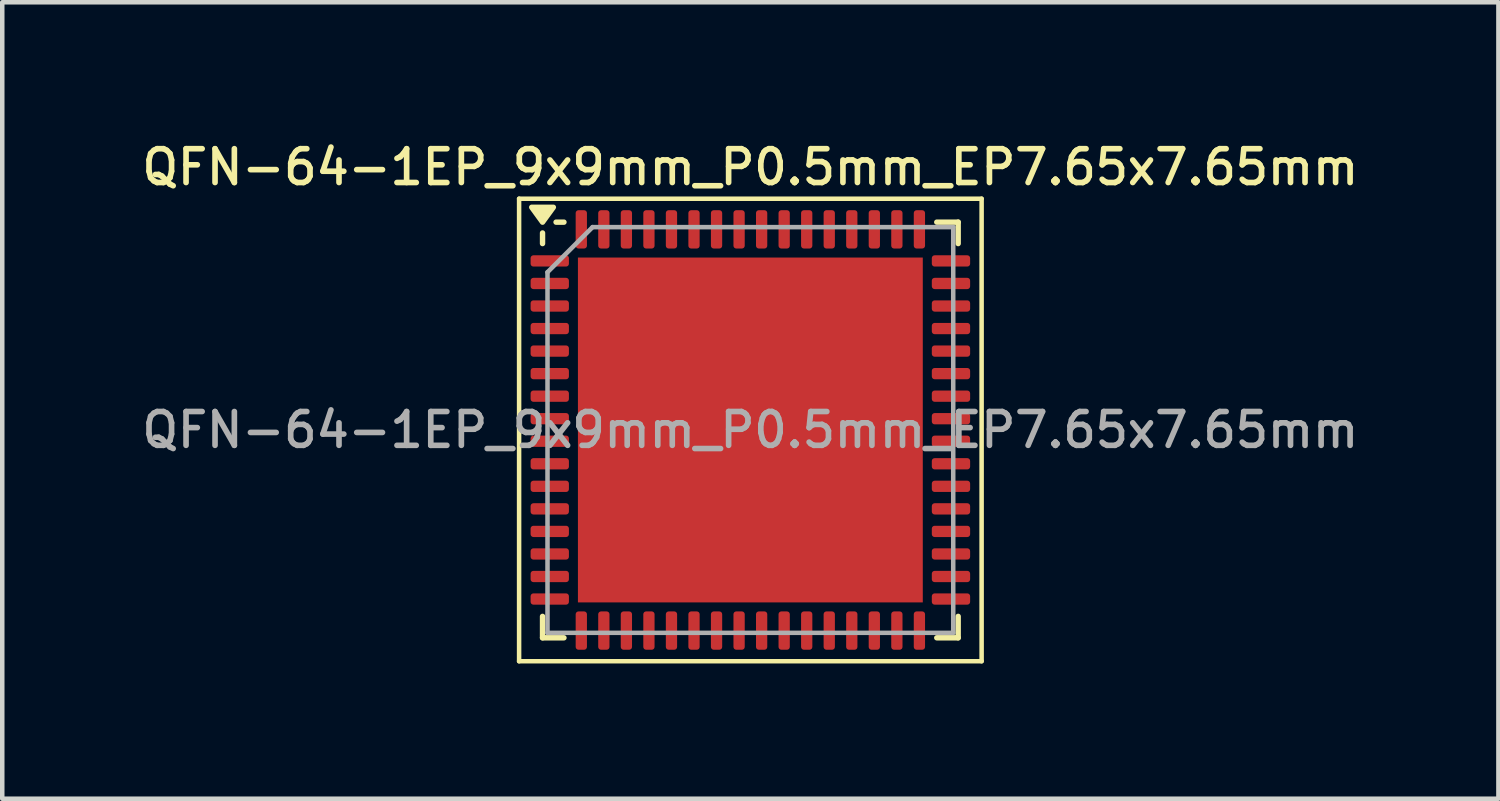
<source format=kicad_pcb>
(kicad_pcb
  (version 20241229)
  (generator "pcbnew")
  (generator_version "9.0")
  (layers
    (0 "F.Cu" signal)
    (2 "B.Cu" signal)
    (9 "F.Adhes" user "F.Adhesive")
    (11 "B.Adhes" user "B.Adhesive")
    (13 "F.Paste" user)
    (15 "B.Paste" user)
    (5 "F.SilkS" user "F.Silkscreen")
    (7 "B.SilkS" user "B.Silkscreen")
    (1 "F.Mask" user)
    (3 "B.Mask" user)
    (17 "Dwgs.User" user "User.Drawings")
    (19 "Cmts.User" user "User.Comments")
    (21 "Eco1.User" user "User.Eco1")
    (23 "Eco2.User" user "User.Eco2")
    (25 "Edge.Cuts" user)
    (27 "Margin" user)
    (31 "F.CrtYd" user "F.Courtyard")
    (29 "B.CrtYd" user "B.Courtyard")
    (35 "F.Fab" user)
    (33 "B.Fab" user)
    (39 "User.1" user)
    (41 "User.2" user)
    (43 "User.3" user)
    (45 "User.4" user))
  (footprint "QFN-64-1EP_9x9mm_P0.5mm_EP7.65x7.65mm"
    (layer "F.Cu")
    (at 13.595 6.488)
    (property "Reference" "QFN-64-1EP_9x9mm_P0.5mm_EP7.65x7.65mm" (at 0 -5.83 0) (layer "F.SilkS") (effects (font (size 0.75 0.75) (thickness 0.125))))
    (attr smd)
    (fp_line (start -5.13 -5.13) (end -5.13 5.13) (stroke (width 0.1) (type solid)) (layer "F.SilkS"))
    (fp_line (start -5.13 5.13) (end 5.13 5.13) (stroke (width 0.1) (type solid)) (layer "F.SilkS"))
    (fp_line (start -4.61 -4.135) (end -4.61 -4.37) (stroke (width 0.12) (type solid)) (layer "F.SilkS"))
    (fp_line (start -4.61 4.61) (end -4.61 4.135) (stroke (width 0.12) (type solid)) (layer "F.SilkS"))
    (fp_line (start -4.135 -4.61) (end -4.31 -4.61) (stroke (width 0.12) (type solid)) (layer "F.SilkS"))
    (fp_line (start -4.135 4.61) (end -4.61 4.61) (stroke (width 0.12) (type solid)) (layer "F.SilkS"))
    (fp_line (start 4.135 -4.61) (end 4.61 -4.61) (stroke (width 0.12) (type solid)) (layer "F.SilkS"))
    (fp_line (start 4.135 4.61) (end 4.61 4.61) (stroke (width 0.12) (type solid)) (layer "F.SilkS"))
    (fp_line (start 4.61 -4.61) (end 4.61 -4.135) (stroke (width 0.12) (type solid)) (layer "F.SilkS"))
    (fp_line (start 4.61 4.61) (end 4.61 4.135) (stroke (width 0.12) (type solid)) (layer "F.SilkS"))
    (fp_line (start 5.13 -5.13) (end -5.13 -5.13) (stroke (width 0.1) (type solid)) (layer "F.SilkS"))
    (fp_line (start 5.13 5.13) (end 5.13 -5.13) (stroke (width 0.1) (type solid)) (layer "F.SilkS"))
    (fp_poly (pts (xy -4.61 -4.61) (xy -4.85 -4.94) (xy -4.37 -4.94) (xy -4.61 -4.61)) (stroke (width 0.12) (type solid)) (fill yes) (layer "F.SilkS"))
    (fp_line (start -4.5 -3.5) (end -3.5 -4.5) (stroke (width 0.1) (type solid)) (layer "F.Fab"))
    (fp_line (start -4.5 4.5) (end -4.5 -3.5) (stroke (width 0.1) (type solid)) (layer "F.Fab"))
    (fp_line (start -3.5 -4.5) (end 4.5 -4.5) (stroke (width 0.1) (type solid)) (layer "F.Fab"))
    (fp_line (start 4.5 -4.5) (end 4.5 4.5) (stroke (width 0.1) (type solid)) (layer "F.Fab"))
    (fp_line (start 4.5 4.5) (end -4.5 4.5) (stroke (width 0.1) (type solid)) (layer "F.Fab"))
    (fp_text user "${REFERENCE}" (at 0 0 0) (layer "F.Fab") (effects (font (size 0.75 0.75) (thickness 0.125))))
    (pad "" smd roundrect (at -3.2 -3.2) (size 1.03 1.03) (layers "F.Paste") (roundrect_rratio 0.243))
    (pad "" smd roundrect (at -3.2 -1.92) (size 1.03 1.03) (layers "F.Paste") (roundrect_rratio 0.243))
    (pad "" smd roundrect (at -3.2 -0.64) (size 1.03 1.03) (layers "F.Paste") (roundrect_rratio 0.243))
    (pad "" smd roundrect (at -3.2 0.64) (size 1.03 1.03) (layers "F.Paste") (roundrect_rratio 0.243))
    (pad "" smd roundrect (at -3.2 1.92) (size 1.03 1.03) (layers "F.Paste") (roundrect_rratio 0.243))
    (pad "" smd roundrect (at -3.2 3.2) (size 1.03 1.03) (layers "F.Paste") (roundrect_rratio 0.243))
    (pad "" smd roundrect (at -1.92 -3.2) (size 1.03 1.03) (layers "F.Paste") (roundrect_rratio 0.243))
    (pad "" smd roundrect (at -1.92 -1.92) (size 1.03 1.03) (layers "F.Paste") (roundrect_rratio 0.243))
    (pad "" smd roundrect (at -1.92 -0.64) (size 1.03 1.03) (layers "F.Paste") (roundrect_rratio 0.243))
    (pad "" smd roundrect (at -1.92 0.64) (size 1.03 1.03) (layers "F.Paste") (roundrect_rratio 0.243))
    (pad "" smd roundrect (at -1.92 1.92) (size 1.03 1.03) (layers "F.Paste") (roundrect_rratio 0.243))
    (pad "" smd roundrect (at -1.92 3.2) (size 1.03 1.03) (layers "F.Paste") (roundrect_rratio 0.243))
    (pad "" smd roundrect (at -0.64 -3.2) (size 1.03 1.03) (layers "F.Paste") (roundrect_rratio 0.243))
    (pad "" smd roundrect (at -0.64 -1.92) (size 1.03 1.03) (layers "F.Paste") (roundrect_rratio 0.243))
    (pad "" smd roundrect (at -0.64 -0.64) (size 1.03 1.03) (layers "F.Paste") (roundrect_rratio 0.243))
    (pad "" smd roundrect (at -0.64 0.64) (size 1.03 1.03) (layers "F.Paste") (roundrect_rratio 0.243))
    (pad "" smd roundrect (at -0.64 1.92) (size 1.03 1.03) (layers "F.Paste") (roundrect_rratio 0.243))
    (pad "" smd roundrect (at -0.64 3.2) (size 1.03 1.03) (layers "F.Paste") (roundrect_rratio 0.243))
    (pad "" smd roundrect (at 0.64 -3.2) (size 1.03 1.03) (layers "F.Paste") (roundrect_rratio 0.243))
    (pad "" smd roundrect (at 0.64 -1.92) (size 1.03 1.03) (layers "F.Paste") (roundrect_rratio 0.243))
    (pad "" smd roundrect (at 0.64 -0.64) (size 1.03 1.03) (layers "F.Paste") (roundrect_rratio 0.243))
    (pad "" smd roundrect (at 0.64 0.64) (size 1.03 1.03) (layers "F.Paste") (roundrect_rratio 0.243))
    (pad "" smd roundrect (at 0.64 1.92) (size 1.03 1.03) (layers "F.Paste") (roundrect_rratio 0.243))
    (pad "" smd roundrect (at 0.64 3.2) (size 1.03 1.03) (layers "F.Paste") (roundrect_rratio 0.243))
    (pad "" smd roundrect (at 1.92 -3.2) (size 1.03 1.03) (layers "F.Paste") (roundrect_rratio 0.243))
    (pad "" smd roundrect (at 1.92 -1.92) (size 1.03 1.03) (layers "F.Paste") (roundrect_rratio 0.243))
    (pad "" smd roundrect (at 1.92 -0.64) (size 1.03 1.03) (layers "F.Paste") (roundrect_rratio 0.243))
    (pad "" smd roundrect (at 1.92 0.64) (size 1.03 1.03) (layers "F.Paste") (roundrect_rratio 0.243))
    (pad "" smd roundrect (at 1.92 1.92) (size 1.03 1.03) (layers "F.Paste") (roundrect_rratio 0.243))
    (pad "" smd roundrect (at 1.92 3.2) (size 1.03 1.03) (layers "F.Paste") (roundrect_rratio 0.243))
    (pad "" smd roundrect (at 3.2 -3.2) (size 1.03 1.03) (layers "F.Paste") (roundrect_rratio 0.243))
    (pad "" smd roundrect (at 3.2 -1.92) (size 1.03 1.03) (layers "F.Paste") (roundrect_rratio 0.243))
    (pad "" smd roundrect (at 3.2 -0.64) (size 1.03 1.03) (layers "F.Paste") (roundrect_rratio 0.243))
    (pad "" smd roundrect (at 3.2 0.64) (size 1.03 1.03) (layers "F.Paste") (roundrect_rratio 0.243))
    (pad "" smd roundrect (at 3.2 1.92) (size 1.03 1.03) (layers "F.Paste") (roundrect_rratio 0.243))
    (pad "" smd roundrect (at 3.2 3.2) (size 1.03 1.03) (layers "F.Paste") (roundrect_rratio 0.243))
    (pad "1" smd roundrect (at -4.45 -3.75) (size 0.85 0.25) (layers "F.Cu" "F.Mask" "F.Paste") (roundrect_rratio 0.25))
    (pad "2" smd roundrect (at -4.45 -3.25) (size 0.85 0.25) (layers "F.Cu" "F.Mask" "F.Paste") (roundrect_rratio 0.25))
    (pad "3" smd roundrect (at -4.45 -2.75) (size 0.85 0.25) (layers "F.Cu" "F.Mask" "F.Paste") (roundrect_rratio 0.25))
    (pad "4" smd roundrect (at -4.45 -2.25) (size 0.85 0.25) (layers "F.Cu" "F.Mask" "F.Paste") (roundrect_rratio 0.25))
    (pad "5" smd roundrect (at -4.45 -1.75) (size 0.85 0.25) (layers "F.Cu" "F.Mask" "F.Paste") (roundrect_rratio 0.25))
    (pad "6" smd roundrect (at -4.45 -1.25) (size 0.85 0.25) (layers "F.Cu" "F.Mask" "F.Paste") (roundrect_rratio 0.25))
    (pad "7" smd roundrect (at -4.45 -0.75) (size 0.85 0.25) (layers "F.Cu" "F.Mask" "F.Paste") (roundrect_rratio 0.25))
    (pad "8" smd roundrect (at -4.45 -0.25) (size 0.85 0.25) (layers "F.Cu" "F.Mask" "F.Paste") (roundrect_rratio 0.25))
    (pad "9" smd roundrect (at -4.45 0.25) (size 0.85 0.25) (layers "F.Cu" "F.Mask" "F.Paste") (roundrect_rratio 0.25))
    (pad "10" smd roundrect (at -4.45 0.75) (size 0.85 0.25) (layers "F.Cu" "F.Mask" "F.Paste") (roundrect_rratio 0.25))
    (pad "11" smd roundrect (at -4.45 1.25) (size 0.85 0.25) (layers "F.Cu" "F.Mask" "F.Paste") (roundrect_rratio 0.25))
    (pad "12" smd roundrect (at -4.45 1.75) (size 0.85 0.25) (layers "F.Cu" "F.Mask" "F.Paste") (roundrect_rratio 0.25))
    (pad "13" smd roundrect (at -4.45 2.25) (size 0.85 0.25) (layers "F.Cu" "F.Mask" "F.Paste") (roundrect_rratio 0.25))
    (pad "14" smd roundrect (at -4.45 2.75) (size 0.85 0.25) (layers "F.Cu" "F.Mask" "F.Paste") (roundrect_rratio 0.25))
    (pad "15" smd roundrect (at -4.45 3.25) (size 0.85 0.25) (layers "F.Cu" "F.Mask" "F.Paste") (roundrect_rratio 0.25))
    (pad "16" smd roundrect (at -4.45 3.75) (size 0.85 0.25) (layers "F.Cu" "F.Mask" "F.Paste") (roundrect_rratio 0.25))
    (pad "17" smd roundrect (at -3.75 4.45) (size 0.25 0.85) (layers "F.Cu" "F.Mask" "F.Paste") (roundrect_rratio 0.25))
    (pad "18" smd roundrect (at -3.25 4.45) (size 0.25 0.85) (layers "F.Cu" "F.Mask" "F.Paste") (roundrect_rratio 0.25))
    (pad "19" smd roundrect (at -2.75 4.45) (size 0.25 0.85) (layers "F.Cu" "F.Mask" "F.Paste") (roundrect_rratio 0.25))
    (pad "20" smd roundrect (at -2.25 4.45) (size 0.25 0.85) (layers "F.Cu" "F.Mask" "F.Paste") (roundrect_rratio 0.25))
    (pad "21" smd roundrect (at -1.75 4.45) (size 0.25 0.85) (layers "F.Cu" "F.Mask" "F.Paste") (roundrect_rratio 0.25))
    (pad "22" smd roundrect (at -1.25 4.45) (size 0.25 0.85) (layers "F.Cu" "F.Mask" "F.Paste") (roundrect_rratio 0.25))
    (pad "23" smd roundrect (at -0.75 4.45) (size 0.25 0.85) (layers "F.Cu" "F.Mask" "F.Paste") (roundrect_rratio 0.25))
    (pad "24" smd roundrect (at -0.25 4.45) (size 0.25 0.85) (layers "F.Cu" "F.Mask" "F.Paste") (roundrect_rratio 0.25))
    (pad "25" smd roundrect (at 0.25 4.45) (size 0.25 0.85) (layers "F.Cu" "F.Mask" "F.Paste") (roundrect_rratio 0.25))
    (pad "26" smd roundrect (at 0.75 4.45) (size 0.25 0.85) (layers "F.Cu" "F.Mask" "F.Paste") (roundrect_rratio 0.25))
    (pad "27" smd roundrect (at 1.25 4.45) (size 0.25 0.85) (layers "F.Cu" "F.Mask" "F.Paste") (roundrect_rratio 0.25))
    (pad "28" smd roundrect (at 1.75 4.45) (size 0.25 0.85) (layers "F.Cu" "F.Mask" "F.Paste") (roundrect_rratio 0.25))
    (pad "29" smd roundrect (at 2.25 4.45) (size 0.25 0.85) (layers "F.Cu" "F.Mask" "F.Paste") (roundrect_rratio 0.25))
    (pad "30" smd roundrect (at 2.75 4.45) (size 0.25 0.85) (layers "F.Cu" "F.Mask" "F.Paste") (roundrect_rratio 0.25))
    (pad "31" smd roundrect (at 3.25 4.45) (size 0.25 0.85) (layers "F.Cu" "F.Mask" "F.Paste") (roundrect_rratio 0.25))
    (pad "32" smd roundrect (at 3.75 4.45) (size 0.25 0.85) (layers "F.Cu" "F.Mask" "F.Paste") (roundrect_rratio 0.25))
    (pad "33" smd roundrect (at 4.45 3.75) (size 0.85 0.25) (layers "F.Cu" "F.Mask" "F.Paste") (roundrect_rratio 0.25))
    (pad "34" smd roundrect (at 4.45 3.25) (size 0.85 0.25) (layers "F.Cu" "F.Mask" "F.Paste") (roundrect_rratio 0.25))
    (pad "35" smd roundrect (at 4.45 2.75) (size 0.85 0.25) (layers "F.Cu" "F.Mask" "F.Paste") (roundrect_rratio 0.25))
    (pad "36" smd roundrect (at 4.45 2.25) (size 0.85 0.25) (layers "F.Cu" "F.Mask" "F.Paste") (roundrect_rratio 0.25))
    (pad "37" smd roundrect (at 4.45 1.75) (size 0.85 0.25) (layers "F.Cu" "F.Mask" "F.Paste") (roundrect_rratio 0.25))
    (pad "38" smd roundrect (at 4.45 1.25) (size 0.85 0.25) (layers "F.Cu" "F.Mask" "F.Paste") (roundrect_rratio 0.25))
    (pad "39" smd roundrect (at 4.45 0.75) (size 0.85 0.25) (layers "F.Cu" "F.Mask" "F.Paste") (roundrect_rratio 0.25))
    (pad "40" smd roundrect (at 4.45 0.25) (size 0.85 0.25) (layers "F.Cu" "F.Mask" "F.Paste") (roundrect_rratio 0.25))
    (pad "41" smd roundrect (at 4.45 -0.25) (size 0.85 0.25) (layers "F.Cu" "F.Mask" "F.Paste") (roundrect_rratio 0.25))
    (pad "42" smd roundrect (at 4.45 -0.75) (size 0.85 0.25) (layers "F.Cu" "F.Mask" "F.Paste") (roundrect_rratio 0.25))
    (pad "43" smd roundrect (at 4.45 -1.25) (size 0.85 0.25) (layers "F.Cu" "F.Mask" "F.Paste") (roundrect_rratio 0.25))
    (pad "44" smd roundrect (at 4.45 -1.75) (size 0.85 0.25) (layers "F.Cu" "F.Mask" "F.Paste") (roundrect_rratio 0.25))
    (pad "45" smd roundrect (at 4.45 -2.25) (size 0.85 0.25) (layers "F.Cu" "F.Mask" "F.Paste") (roundrect_rratio 0.25))
    (pad "46" smd roundrect (at 4.45 -2.75) (size 0.85 0.25) (layers "F.Cu" "F.Mask" "F.Paste") (roundrect_rratio 0.25))
    (pad "47" smd roundrect (at 4.45 -3.25) (size 0.85 0.25) (layers "F.Cu" "F.Mask" "F.Paste") (roundrect_rratio 0.25))
    (pad "48" smd roundrect (at 4.45 -3.75) (size 0.85 0.25) (layers "F.Cu" "F.Mask" "F.Paste") (roundrect_rratio 0.25))
    (pad "49" smd roundrect (at 3.75 -4.45) (size 0.25 0.85) (layers "F.Cu" "F.Mask" "F.Paste") (roundrect_rratio 0.25))
    (pad "50" smd roundrect (at 3.25 -4.45) (size 0.25 0.85) (layers "F.Cu" "F.Mask" "F.Paste") (roundrect_rratio 0.25))
    (pad "51" smd roundrect (at 2.75 -4.45) (size 0.25 0.85) (layers "F.Cu" "F.Mask" "F.Paste") (roundrect_rratio 0.25))
    (pad "52" smd roundrect (at 2.25 -4.45) (size 0.25 0.85) (layers "F.Cu" "F.Mask" "F.Paste") (roundrect_rratio 0.25))
    (pad "53" smd roundrect (at 1.75 -4.45) (size 0.25 0.85) (layers "F.Cu" "F.Mask" "F.Paste") (roundrect_rratio 0.25))
    (pad "54" smd roundrect (at 1.25 -4.45) (size 0.25 0.85) (layers "F.Cu" "F.Mask" "F.Paste") (roundrect_rratio 0.25))
    (pad "55" smd roundrect (at 0.75 -4.45) (size 0.25 0.85) (layers "F.Cu" "F.Mask" "F.Paste") (roundrect_rratio 0.25))
    (pad "56" smd roundrect (at 0.25 -4.45) (size 0.25 0.85) (layers "F.Cu" "F.Mask" "F.Paste") (roundrect_rratio 0.25))
    (pad "57" smd roundrect (at -0.25 -4.45) (size 0.25 0.85) (layers "F.Cu" "F.Mask" "F.Paste") (roundrect_rratio 0.25))
    (pad "58" smd roundrect (at -0.75 -4.45) (size 0.25 0.85) (layers "F.Cu" "F.Mask" "F.Paste") (roundrect_rratio 0.25))
    (pad "59" smd roundrect (at -1.25 -4.45) (size 0.25 0.85) (layers "F.Cu" "F.Mask" "F.Paste") (roundrect_rratio 0.25))
    (pad "60" smd roundrect (at -1.75 -4.45) (size 0.25 0.85) (layers "F.Cu" "F.Mask" "F.Paste") (roundrect_rratio 0.25))
    (pad "61" smd roundrect (at -2.25 -4.45) (size 0.25 0.85) (layers "F.Cu" "F.Mask" "F.Paste") (roundrect_rratio 0.25))
    (pad "62" smd roundrect (at -2.75 -4.45) (size 0.25 0.85) (layers "F.Cu" "F.Mask" "F.Paste") (roundrect_rratio 0.25))
    (pad "63" smd roundrect (at -3.25 -4.45) (size 0.25 0.85) (layers "F.Cu" "F.Mask" "F.Paste") (roundrect_rratio 0.25))
    (pad "64" smd roundrect (at -3.75 -4.45) (size 0.25 0.85) (layers "F.Cu" "F.Mask" "F.Paste") (roundrect_rratio 0.25))
    (pad "65" smd rect (at 0 0) (size 7.65 7.65) (property pad_prop_heatsink) (layers "F.Cu" "F.Mask")))
  (gr_rect
    (start -3 -3)
    (end 30.189 14.668)
    (stroke (width 0.1) (type default))
    (fill no)
    (layer "Edge.Cuts")))
</source>
